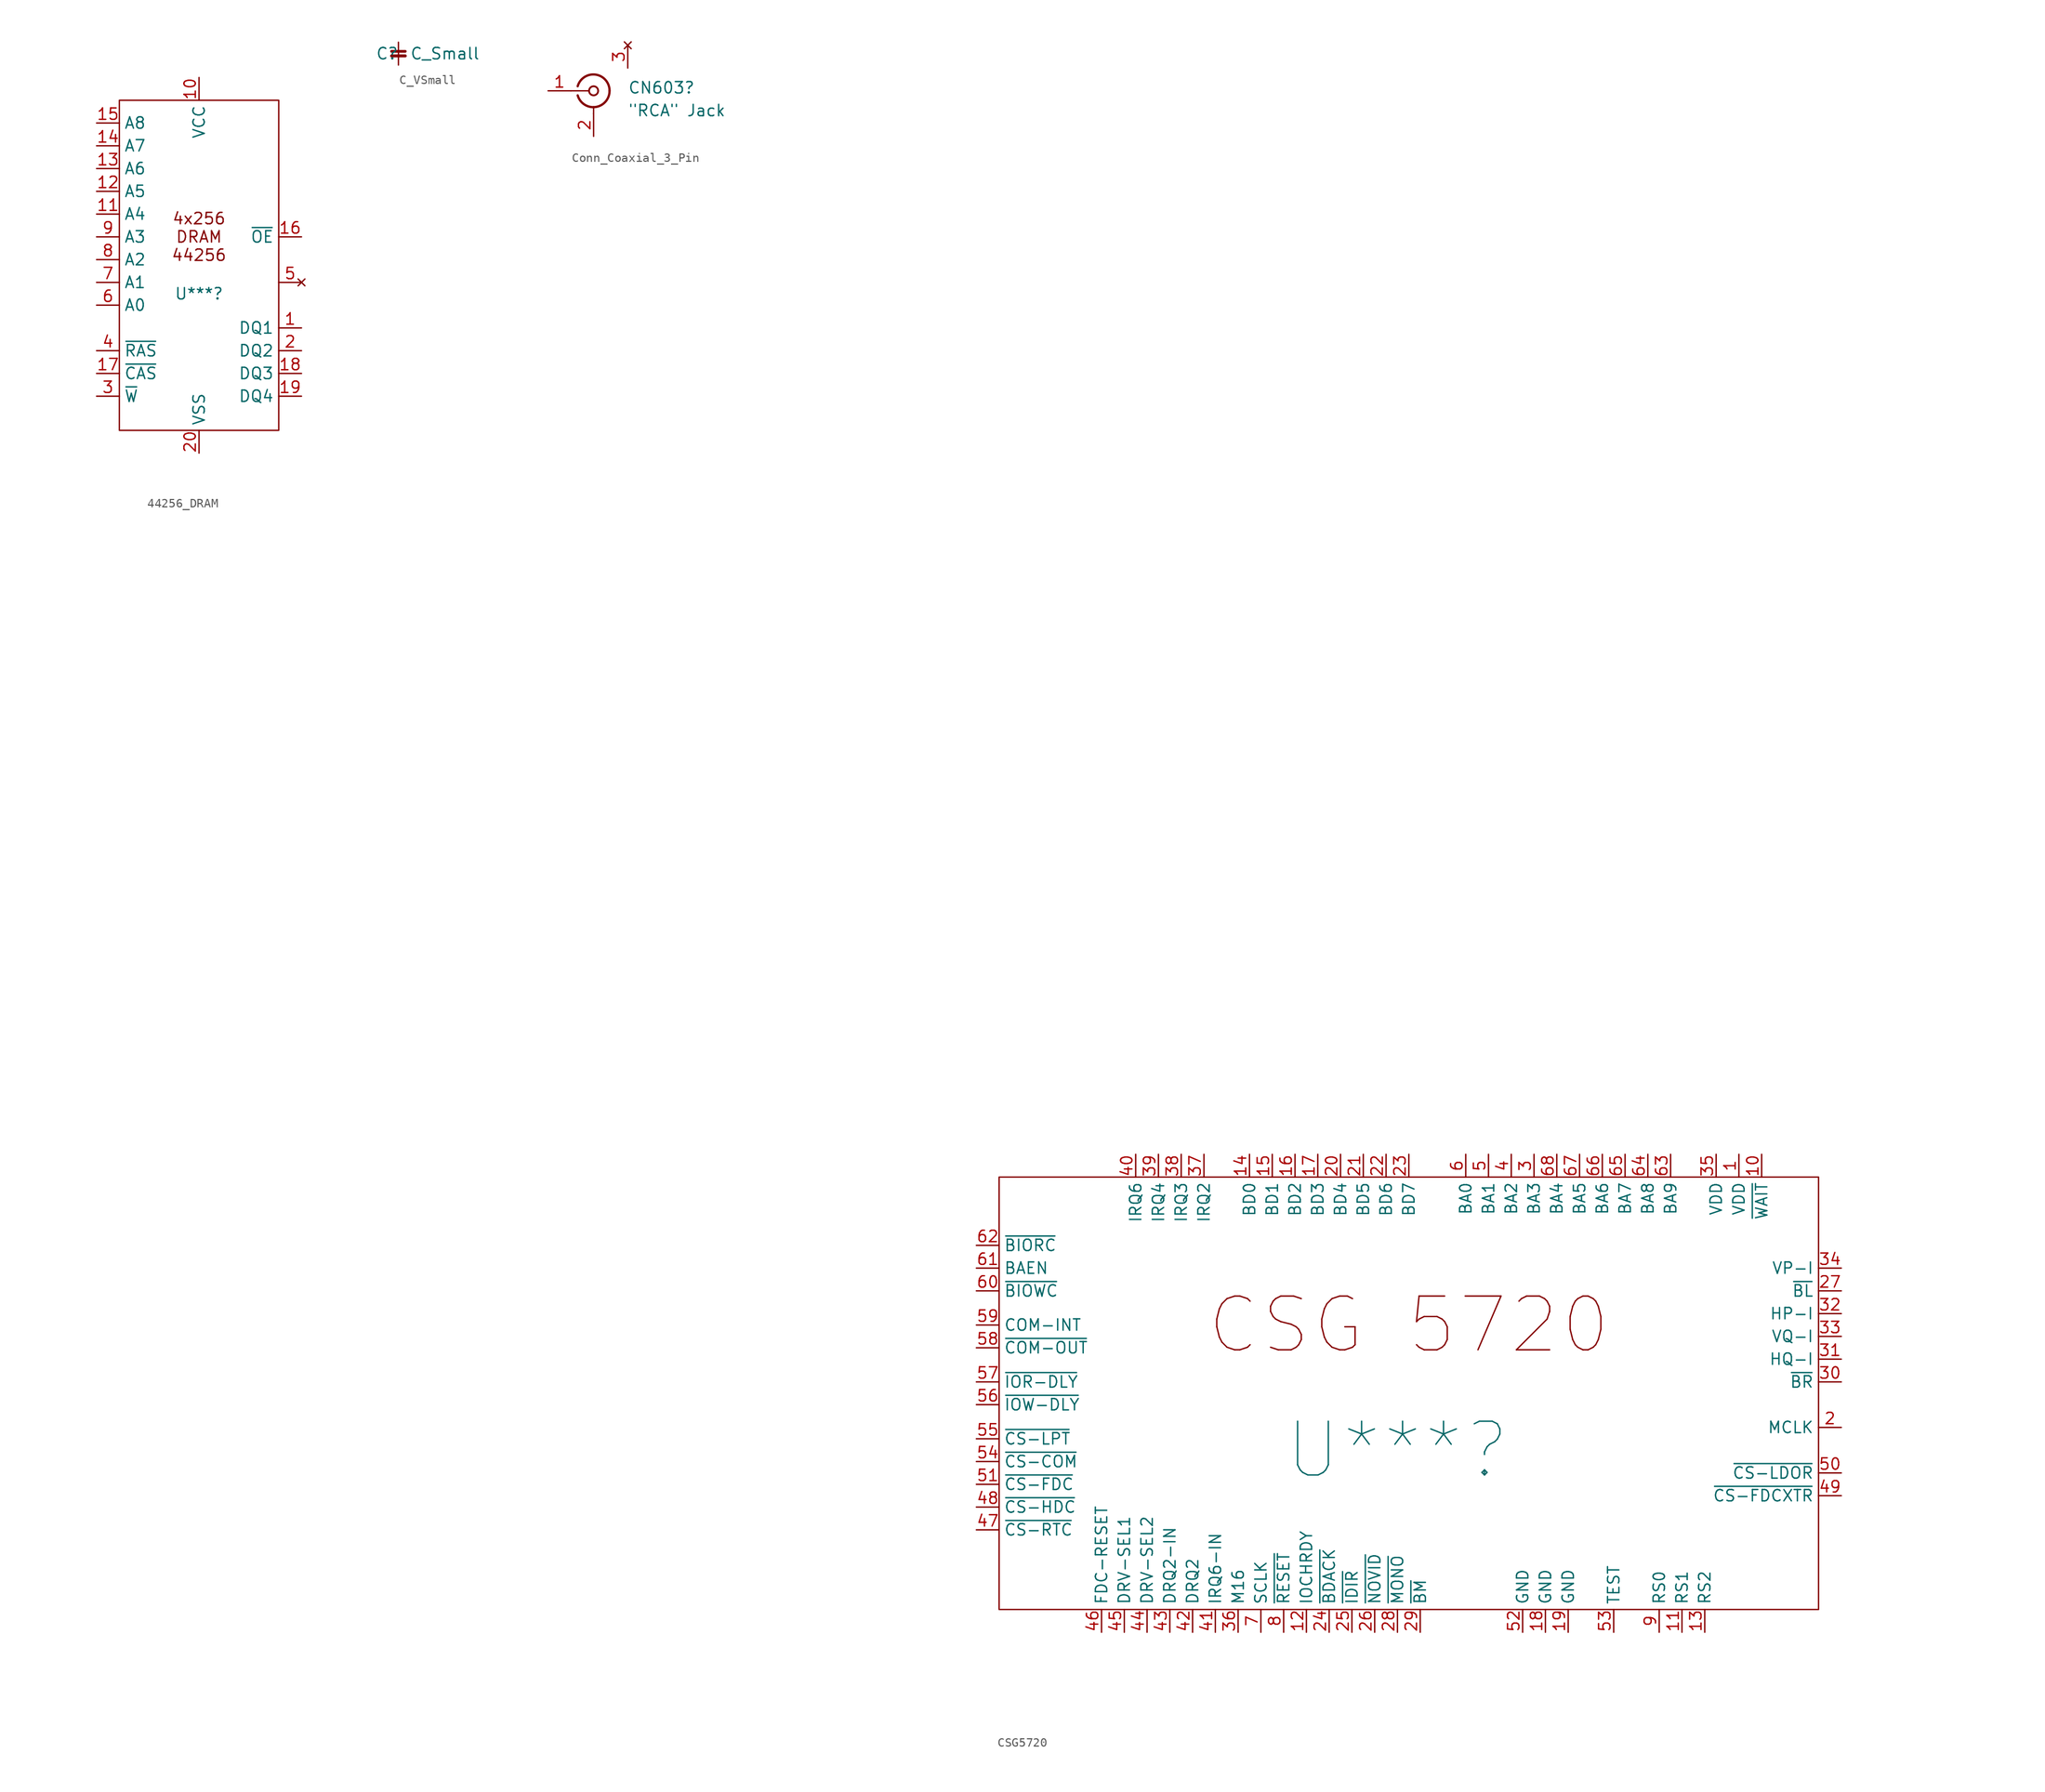
<source format=kicad_sym>
(kicad_symbol_lib
  (version 20220914)
  (generator kicad_symbol_editor)
  (symbol "44256_DRAM"
    (property "Reference" "U***"
      (at 0 -3.81 0)
      (effects (font (size 1.27 1.27))))
    (property "Value" ""
      (at -15.24 -6.35 0)
      (effects (font (size 1.27 1.27))))
    (symbol "44256_DRAM_0_0"
      (pin input line (at -11.43 -10.16 0) (length 2.54) (name "~{RAS}" (effects (font (size 1.27 1.27)))) (number "4" (effects (font (size 1.27 1.27))))))
    (symbol "44256_DRAM_0_1"
      (rectangle (start -8.89 17.78) (end 8.89 -19.05) (stroke (width 0) (type default)) (fill (type none))))
    (symbol "44256_DRAM_1_0"
      (pin bidirectional line (at 11.43 -7.62 180) (length 2.54) (name "DQ1" (effects (font (size 1.27 1.27)))) (number "1" (effects (font (size 1.27 1.27)))))
      (pin power_in line (at 0 20.32 270) (length 2.54) (name "VCC" (effects (font (size 1.27 1.27)))) (number "10" (effects (font (size 1.27 1.27)))))
      (pin input line (at -11.43 5.08 0) (length 2.54) (name "A4" (effects (font (size 1.27 1.27)))) (number "11" (effects (font (size 1.27 1.27)))))
      (pin input line (at -11.43 7.62 0) (length 2.54) (name "A5" (effects (font (size 1.27 1.27)))) (number "12" (effects (font (size 1.27 1.27)))))
      (pin input line (at -11.43 10.16 0) (length 2.54) (name "A6" (effects (font (size 1.27 1.27)))) (number "13" (effects (font (size 1.27 1.27)))))
      (pin input line (at -11.43 12.7 0) (length 2.54) (name "A7" (effects (font (size 1.27 1.27)))) (number "14" (effects (font (size 1.27 1.27)))))
      (pin input line (at -11.43 15.24 0) (length 2.54) (name "A8" (effects (font (size 1.27 1.27)))) (number "15" (effects (font (size 1.27 1.27)))))
      (pin input line (at 11.43 2.54 180) (length 2.54) (name "~{OE}" (effects (font (size 1.27 1.27)))) (number "16" (effects (font (size 1.27 1.27)))))
      (pin input line (at -11.43 -12.7 0) (length 2.54) (name "~{CAS}" (effects (font (size 1.27 1.27)))) (number "17" (effects (font (size 1.27 1.27)))))
      (pin bidirectional line (at 11.43 -12.7 180) (length 2.54) (name "DQ3" (effects (font (size 1.27 1.27)))) (number "18" (effects (font (size 1.27 1.27)))))
      (pin bidirectional line (at 11.43 -15.24 180) (length 2.54) (name "DQ4" (effects (font (size 1.27 1.27)))) (number "19" (effects (font (size 1.27 1.27)))))
      (pin bidirectional line (at 11.43 -10.16 180) (length 2.54) (name "DQ2" (effects (font (size 1.27 1.27)))) (number "2" (effects (font (size 1.27 1.27)))))
      (pin power_in line (at 0 -21.59 90) (length 2.54) (name "VSS" (effects (font (size 1.27 1.27)))) (number "20" (effects (font (size 1.27 1.27)))))
      (pin input line (at -11.43 -15.24 0) (length 2.54) (name "~{W}" (effects (font (size 1.27 1.27)))) (number "3" (effects (font (size 1.27 1.27)))))
      (pin no_connect line (at 11.43 -2.54 180) (length 2.54) (name "" (effects (font (size 1.27 1.27)))) (number "5" (effects (font (size 1.27 1.27)))))
      (pin input line (at -11.43 -5.08 0) (length 2.54) (name "A0" (effects (font (size 1.27 1.27)))) (number "6" (effects (font (size 1.27 1.27)))))
      (pin input line (at -11.43 -2.54 0) (length 2.54) (name "A1" (effects (font (size 1.27 1.27)))) (number "7" (effects (font (size 1.27 1.27)))))
      (pin input line (at -11.43 0 0) (length 2.54) (name "A2" (effects (font (size 1.27 1.27)))) (number "8" (effects (font (size 1.27 1.27)))))
      (pin input line (at -11.43 2.54 0) (length 2.54) (name "A3" (effects (font (size 1.27 1.27)))) (number "9" (effects (font (size 1.27 1.27))))))
    (symbol "44256_DRAM_1_1"
      (text "4x256\nDRAM\n44256" (at 0 2.54 0) (effects (font (size 1.27 1.27))))))
  (symbol "C_VSmall"
    (pin_numbers hide)
    (pin_names
      (offset 0.254) hide)
    (property "Reference" "C"
      (at -2.54 0 0)
      (effects (font (size 1.27 1.27)) (justify left)))
    (property "Value" "C_Small"
      (at 1.27 0 0)
      (effects (font (size 1.27 1.27)) (justify left)))
    (symbol "C_VSmall_0_1"
      (polyline (pts (xy -0.762 -0.254) (xy 0.762 -0.254)) (stroke (width 0.33) (type default)) (fill (type none)))
      (polyline (pts (xy -0.762 0.254) (xy 0.762 0.254)) (stroke (width 0.305) (type default)) (fill (type none))))
    (symbol "C_VSmall_1_1"
      (pin passive line (at 0 1.27 270) (length 1.27) (name "~" (effects (font (size 1.27 1.27)))) (number "1" (effects (font (size 1.27 1.27)))))
      (pin passive line (at 0 -1.27 90) (length 1.27) (name "~" (effects (font (size 1.27 1.27)))) (number "2" (effects (font (size 1.27 1.27)))))))
  (symbol "Conn_Coaxial_3_Pin"
    (pin_names
      (offset 1.016) hide)
    (property "Reference" "CN603"
      (at 3.81 0.342 0)
      (effects (font (size 1.27 1.27)) (justify left)))
    (property "Value" "\"RCA\" Jack"
      (at 3.81 -2.198 0)
      (effects (font (size 1.27 1.27)) (justify left)))
    (symbol "Conn_Coaxial_3_Pin_0_1"
      (arc (start -1.778 -0.508) (mid 0.2311 -1.8066) (end 1.778 0) (stroke (width 0.254) (type default)) (fill (type none)))
      (polyline (pts (xy -2.54 0) (xy -0.508 0)) (stroke (width 0) (type default)) (fill (type none)))
      (polyline (pts (xy 0 -2.54) (xy 0 -1.778)) (stroke (width 0) (type default)) (fill (type none)))
      (circle (center 0 0) (radius 0.508) (stroke (width 0.203) (type default)) (fill (type none)))
      (arc (start 1.778 0) (mid 0.2099 1.8101) (end -1.778 0.508) (stroke (width 0.254) (type default)) (fill (type none))))
    (symbol "Conn_Coaxial_3_Pin_1_1"
      (pin passive line (at -5.08 0 0) (length 2.54) (name "In" (effects (font (size 1.27 1.27)))) (number "1" (effects (font (size 1.27 1.27)))))
      (pin passive line (at 0 -5.08 90) (length 2.54) (name "Ext" (effects (font (size 1.27 1.27)))) (number "2" (effects (font (size 1.27 1.27)))))
      (pin no_connect line (at 3.81 5.08 270) (length 2.54) (name "NC" (effects (font (size 1.27 1.27)))) (number "3" (effects (font (size 1.27 1.27)))))))
  (symbol "CSG5720"
    (property "Reference" "U***"
      (at -1.27 -6.35 0)
      (effects (font (size 6 6))))
    (property "Value" ""
      (at -134.62 82.55 0)
      (effects (font (size 1.27 1.27))))
    (symbol "CSG5720_0_0"
      (pin power_in line (at 36.83 26.67 270) (length 2.54) (name "VDD" (effects (font (size 1.27 1.27)))) (number "1" (effects (font (size 1.27 1.27)))))
      (pin input line (at 39.37 26.67 270) (length 2.54) (name "~{WAIT}" (effects (font (size 1.27 1.27)))) (number "10" (effects (font (size 1.27 1.27)))))
      (pin input line (at 30.48 -26.67 90) (length 2.54) (name "RS1" (effects (font (size 1.27 1.27)))) (number "11" (effects (font (size 1.27 1.27)))))
      (pin output line (at -11.43 -26.67 90) (length 2.54) (name "IOCHRDY" (effects (font (size 1.27 1.27)))) (number "12" (effects (font (size 1.27 1.27)))))
      (pin input line (at 33.02 -26.67 90) (length 2.54) (name "RS2" (effects (font (size 1.27 1.27)))) (number "13" (effects (font (size 1.27 1.27)))))
      (pin bidirectional line (at -17.78 26.67 270) (length 2.54) (name "BD0" (effects (font (size 1.27 1.27)))) (number "14" (effects (font (size 1.27 1.27)))))
      (pin bidirectional line (at -15.24 26.67 270) (length 2.54) (name "BD1" (effects (font (size 1.27 1.27)))) (number "15" (effects (font (size 1.27 1.27)))))
      (pin bidirectional line (at -12.7 26.67 270) (length 2.54) (name "BD2" (effects (font (size 1.27 1.27)))) (number "16" (effects (font (size 1.27 1.27)))))
      (pin bidirectional line (at -10.16 26.67 270) (length 2.54) (name "BD3" (effects (font (size 1.27 1.27)))) (number "17" (effects (font (size 1.27 1.27)))))
      (pin power_in line (at 15.24 -26.67 90) (length 2.54) (name "GND" (effects (font (size 1.27 1.27)))) (number "18" (effects (font (size 1.27 1.27)))))
      (pin power_in line (at 17.78 -26.67 90) (length 2.54) (name "GND" (effects (font (size 1.27 1.27)))) (number "19" (effects (font (size 1.27 1.27)))))
      (pin bidirectional line (at -7.62 26.67 270) (length 2.54) (name "BD4" (effects (font (size 1.27 1.27)))) (number "20" (effects (font (size 1.27 1.27)))))
      (pin bidirectional line (at -5.08 26.67 270) (length 2.54) (name "BD5" (effects (font (size 1.27 1.27)))) (number "21" (effects (font (size 1.27 1.27)))))
      (pin bidirectional line (at -2.54 26.67 270) (length 2.54) (name "BD6" (effects (font (size 1.27 1.27)))) (number "22" (effects (font (size 1.27 1.27)))))
      (pin bidirectional line (at 0 26.67 270) (length 2.54) (name "BD7" (effects (font (size 1.27 1.27)))) (number "23" (effects (font (size 1.27 1.27)))))
      (pin input line (at -8.89 -26.67 90) (length 2.54) (name "~{BDACK}" (effects (font (size 1.27 1.27)))) (number "24" (effects (font (size 1.27 1.27)))))
      (pin output line (at -6.35 -26.67 90) (length 2.54) (name "~{IDIR}" (effects (font (size 1.27 1.27)))) (number "25" (effects (font (size 1.27 1.27)))))
      (pin output line (at -3.81 -26.67 90) (length 2.54) (name "~{NOVID}" (effects (font (size 1.27 1.27)))) (number "26" (effects (font (size 1.27 1.27)))))
      (pin input line (at 48.26 11.43 180) (length 2.54) (name "~{BL}" (effects (font (size 1.27 1.27)))) (number "27" (effects (font (size 1.27 1.27)))))
      (pin input line (at -1.27 -26.67 90) (length 2.54) (name "~{MONO}" (effects (font (size 1.27 1.27)))) (number "28" (effects (font (size 1.27 1.27)))))
      (pin input line (at 1.27 -26.67 90) (length 2.54) (name "~{BM}" (effects (font (size 1.27 1.27)))) (number "29" (effects (font (size 1.27 1.27)))))
      (pin input line (at 13.97 26.67 270) (length 2.54) (name "BA3" (effects (font (size 1.27 1.27)))) (number "3" (effects (font (size 1.27 1.27)))))
      (pin input line (at 48.26 1.27 180) (length 2.54) (name "~{BR}" (effects (font (size 1.27 1.27)))) (number "30" (effects (font (size 1.27 1.27)))))
      (pin input line (at 48.26 3.81 180) (length 2.54) (name "HQ-I" (effects (font (size 1.27 1.27)))) (number "31" (effects (font (size 1.27 1.27)))))
      (pin input line (at 48.26 8.89 180) (length 2.54) (name "HP-I" (effects (font (size 1.27 1.27)))) (number "32" (effects (font (size 1.27 1.27)))))
      (pin input line (at 48.26 6.35 180) (length 2.54) (name "VQ-I" (effects (font (size 1.27 1.27)))) (number "33" (effects (font (size 1.27 1.27)))))
      (pin input line (at 48.26 13.97 180) (length 2.54) (name "VP-I" (effects (font (size 1.27 1.27)))) (number "34" (effects (font (size 1.27 1.27)))))
      (pin power_in line (at 34.29 26.67 270) (length 2.54) (name "VDD" (effects (font (size 1.27 1.27)))) (number "35" (effects (font (size 1.27 1.27)))))
      (pin input line (at -19.05 -26.67 90) (length 2.54) (name "M16" (effects (font (size 1.27 1.27)))) (number "36" (effects (font (size 1.27 1.27)))))
      (pin output line (at -22.86 26.67 270) (length 2.54) (name "IRQ2" (effects (font (size 1.27 1.27)))) (number "37" (effects (font (size 1.27 1.27)))))
      (pin output line (at -25.4 26.67 270) (length 2.54) (name "IRQ3" (effects (font (size 1.27 1.27)))) (number "38" (effects (font (size 1.27 1.27)))))
      (pin output line (at -27.94 26.67 270) (length 2.54) (name "IRQ4" (effects (font (size 1.27 1.27)))) (number "39" (effects (font (size 1.27 1.27)))))
      (pin input line (at 11.43 26.67 270) (length 2.54) (name "BA2" (effects (font (size 1.27 1.27)))) (number "4" (effects (font (size 1.27 1.27)))))
      (pin output line (at -30.48 26.67 270) (length 2.54) (name "IRQ6" (effects (font (size 1.27 1.27)))) (number "40" (effects (font (size 1.27 1.27)))))
      (pin input line (at -21.59 -26.67 90) (length 2.54) (name "IRQ6-IN" (effects (font (size 1.27 1.27)))) (number "41" (effects (font (size 1.27 1.27)))))
      (pin output line (at -24.13 -26.67 90) (length 2.54) (name "DRQ2" (effects (font (size 1.27 1.27)))) (number "42" (effects (font (size 1.27 1.27)))))
      (pin input line (at -26.67 -26.67 90) (length 2.54) (name "DRQ2-IN" (effects (font (size 1.27 1.27)))) (number "43" (effects (font (size 1.27 1.27)))))
      (pin output line (at -29.21 -26.67 90) (length 2.54) (name "DRV-SEL2" (effects (font (size 1.27 1.27)))) (number "44" (effects (font (size 1.27 1.27)))))
      (pin output line (at -31.75 -26.67 90) (length 2.54) (name "DRV-SEL1" (effects (font (size 1.27 1.27)))) (number "45" (effects (font (size 1.27 1.27)))))
      (pin output line (at -34.29 -26.67 90) (length 2.54) (name "FDC-RESET" (effects (font (size 1.27 1.27)))) (number "46" (effects (font (size 1.27 1.27)))))
      (pin output line (at -48.26 -15.24 0) (length 2.54) (name "~{CS-RTC}" (effects (font (size 1.27 1.27)))) (number "47" (effects (font (size 1.27 1.27)))))
      (pin output line (at -48.26 -12.7 0) (length 2.54) (name "~{CS-HDC}" (effects (font (size 1.27 1.27)))) (number "48" (effects (font (size 1.27 1.27)))))
      (pin output line (at 48.26 -11.43 180) (length 2.54) (name "~{CS-FDCXTR}" (effects (font (size 1.27 1.27)))) (number "49" (effects (font (size 1.27 1.27)))))
      (pin input line (at 8.89 26.67 270) (length 2.54) (name "BA1" (effects (font (size 1.27 1.27)))) (number "5" (effects (font (size 1.27 1.27)))))
      (pin output line (at 48.26 -8.89 180) (length 2.54) (name "~{CS-LDOR}" (effects (font (size 1.27 1.27)))) (number "50" (effects (font (size 1.27 1.27)))))
      (pin output line (at -48.26 -10.16 0) (length 2.54) (name "~{CS-FDC}" (effects (font (size 1.27 1.27)))) (number "51" (effects (font (size 1.27 1.27)))))
      (pin power_in line (at 12.7 -26.67 90) (length 2.54) (name "GND" (effects (font (size 1.27 1.27)))) (number "52" (effects (font (size 1.27 1.27)))))
      (pin input line (at 22.86 -26.67 90) (length 2.54) (name "TEST" (effects (font (size 1.27 1.27)))) (number "53" (effects (font (size 1.27 1.27)))))
      (pin output line (at -48.26 -7.62 0) (length 2.54) (name "~{CS-COM}" (effects (font (size 1.27 1.27)))) (number "54" (effects (font (size 1.27 1.27)))))
      (pin output line (at -48.26 -5.08 0) (length 2.54) (name "~{CS-LPT}" (effects (font (size 1.27 1.27)))) (number "55" (effects (font (size 1.27 1.27)))))
      (pin output line (at -48.26 -1.27 0) (length 2.54) (name "~{IOW-DLY}" (effects (font (size 1.27 1.27)))) (number "56" (effects (font (size 1.27 1.27)))))
      (pin output line (at -48.26 1.27 0) (length 2.54) (name "~{IOR-DLY}" (effects (font (size 1.27 1.27)))) (number "57" (effects (font (size 1.27 1.27)))))
      (pin input line (at -48.26 5.08 0) (length 2.54) (name "~{COM-OUT}" (effects (font (size 1.27 1.27)))) (number "58" (effects (font (size 1.27 1.27)))))
      (pin input line (at -48.26 7.62 0) (length 2.54) (name "COM-INT" (effects (font (size 1.27 1.27)))) (number "59" (effects (font (size 1.27 1.27)))))
      (pin input line (at 6.35 26.67 270) (length 2.54) (name "BA0" (effects (font (size 1.27 1.27)))) (number "6" (effects (font (size 1.27 1.27)))))
      (pin input line (at -48.26 11.43 0) (length 2.54) (name "~{BIOWC}" (effects (font (size 1.27 1.27)))) (number "60" (effects (font (size 1.27 1.27)))))
      (pin input line (at -48.26 13.97 0) (length 2.54) (name "BAEN" (effects (font (size 1.27 1.27)))) (number "61" (effects (font (size 1.27 1.27)))))
      (pin input line (at -48.26 16.51 0) (length 2.54) (name "~{BIORC}" (effects (font (size 1.27 1.27)))) (number "62" (effects (font (size 1.27 1.27)))))
      (pin input line (at 29.21 26.67 270) (length 2.54) (name "BA9" (effects (font (size 1.27 1.27)))) (number "63" (effects (font (size 1.27 1.27)))))
      (pin input line (at 26.67 26.67 270) (length 2.54) (name "BA8" (effects (font (size 1.27 1.27)))) (number "64" (effects (font (size 1.27 1.27)))))
      (pin input line (at 24.13 26.67 270) (length 2.54) (name "BA7" (effects (font (size 1.27 1.27)))) (number "65" (effects (font (size 1.27 1.27)))))
      (pin input line (at 21.59 26.67 270) (length 2.54) (name "BA6" (effects (font (size 1.27 1.27)))) (number "66" (effects (font (size 1.27 1.27)))))
      (pin input line (at 19.05 26.67 270) (length 2.54) (name "BA5" (effects (font (size 1.27 1.27)))) (number "67" (effects (font (size 1.27 1.27)))))
      (pin input line (at 16.51 26.67 270) (length 2.54) (name "BA4" (effects (font (size 1.27 1.27)))) (number "68" (effects (font (size 1.27 1.27)))))
      (pin input line (at -16.51 -26.67 90) (length 2.54) (name "SCLK" (effects (font (size 1.27 1.27)))) (number "7" (effects (font (size 1.27 1.27)))))
      (pin input line (at -13.97 -26.67 90) (length 2.54) (name "~{RESET}" (effects (font (size 1.27 1.27)))) (number "8" (effects (font (size 1.27 1.27)))))
      (pin input line (at 27.94 -26.67 90) (length 2.54) (name "RS0" (effects (font (size 1.27 1.27)))) (number "9" (effects (font (size 1.27 1.27))))))
    (symbol "CSG5720_0_1"
      (rectangle (start -45.72 24.13) (end 45.72 -24.13) (stroke (width 0) (type default)) (fill (type none))))
    (symbol "CSG5720_1_0"
      (pin input line (at 48.26 -3.81 180) (length 2.54) (name "MCLK" (effects (font (size 1.27 1.27)))) (number "2" (effects (font (size 1.27 1.27))))))
    (symbol "CSG5720_1_1"
      (text "CSG 5720" (at 0 7.62 0) (effects (font (size 6 6)))))))
</source>
